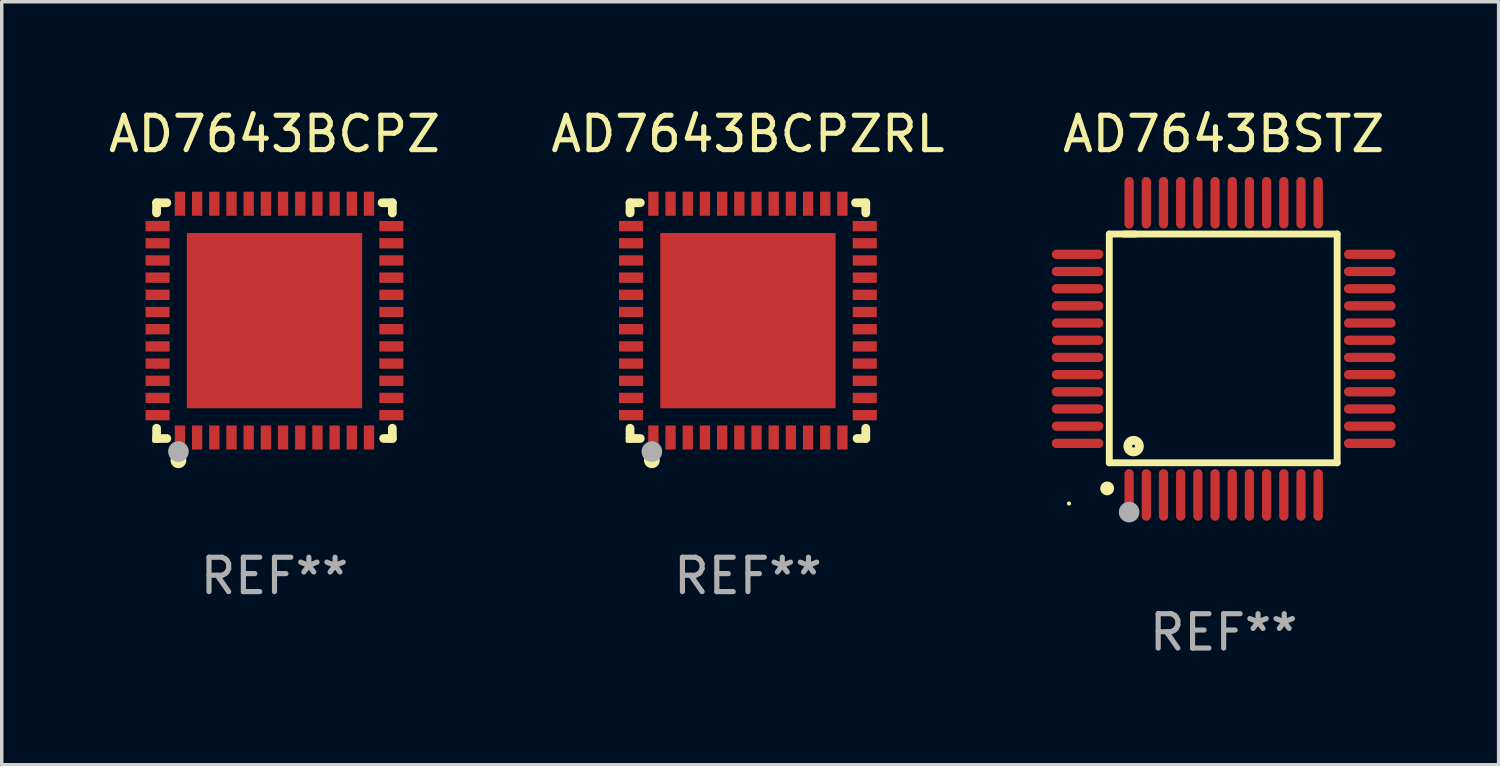
<source format=kicad_pcb>
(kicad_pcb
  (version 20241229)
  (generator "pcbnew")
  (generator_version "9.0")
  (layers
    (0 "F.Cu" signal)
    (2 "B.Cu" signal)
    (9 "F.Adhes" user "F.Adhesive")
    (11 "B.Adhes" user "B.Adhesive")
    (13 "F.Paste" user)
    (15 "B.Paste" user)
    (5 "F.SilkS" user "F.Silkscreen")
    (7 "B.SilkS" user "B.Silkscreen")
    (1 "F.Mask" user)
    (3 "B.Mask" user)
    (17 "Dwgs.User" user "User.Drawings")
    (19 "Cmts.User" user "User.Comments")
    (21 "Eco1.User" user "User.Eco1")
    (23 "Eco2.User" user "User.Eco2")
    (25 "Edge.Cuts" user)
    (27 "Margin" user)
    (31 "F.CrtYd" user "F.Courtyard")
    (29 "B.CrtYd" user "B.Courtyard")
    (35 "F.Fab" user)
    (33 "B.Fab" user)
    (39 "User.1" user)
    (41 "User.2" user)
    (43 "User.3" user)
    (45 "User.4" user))
  (footprint "AD7643BSTZ"
    (layer "F.Cu")
    (at 32.548 7.098)
    (property "Reference" "AD7643BSTZ" (at 0 -6.25 0) (layer "F.SilkS") (effects (font (size 1 1) (thickness 0.15))))
    (attr through_hole)
    (fp_line (start -3.327 -3.34) (end -2.565 -3.34) (stroke (width 0.2) (type solid)) (layer "F.SilkS"))
    (fp_line (start -3.327 3.315) (end -3.327 -3.34) (stroke (width 0.2) (type solid)) (layer "F.SilkS"))
    (fp_line (start -2.896 -3.34) (end 3.302 -3.34) (stroke (width 0.2) (type solid)) (layer "F.SilkS"))
    (fp_line (start 3.302 -3.34) (end 3.302 3.315) (stroke (width 0.2) (type solid)) (layer "F.SilkS"))
    (fp_line (start 3.302 3.315) (end -3.327 3.315) (stroke (width 0.2) (type solid)) (layer "F.SilkS"))
    (fp_arc (start -3.389992 4.059995) (mid -3.388722 4.059991) (end -3.387452 4.059995) (stroke (width 0.4) (type solid)) (layer "F.SilkS"))
    (fp_circle (center -4.5 4.5) (end -4.47 4.5) (stroke (width 0.06) (type solid)) (fill no) (layer "F.SilkS"))
    (fp_circle (center -2.62 2.83) (end -2.45 2.83) (stroke (width 0.254) (type solid)) (fill no) (layer "F.SilkS"))
    (fp_circle (center -2.75 4.75) (end -2.6 4.75) (stroke (width 0.3) (type solid)) (fill no) (layer "F.Fab"))
    (fp_text user "REF**" (at 0 8.25 0) (layer "F.Fab") (effects (font (size 1 1) (thickness 0.15))))
    (pad "1" smd oval (at -2.75 4.25) (size 0.27 1.5) (layers "F.Cu" "F.Mask" "F.Paste"))
    (pad "2" smd oval (at -2.25 4.25) (size 0.27 1.5) (layers "F.Cu" "F.Mask" "F.Paste"))
    (pad "3" smd oval (at -1.75 4.25) (size 0.27 1.5) (layers "F.Cu" "F.Mask" "F.Paste"))
    (pad "4" smd oval (at -1.25 4.25) (size 0.27 1.5) (layers "F.Cu" "F.Mask" "F.Paste"))
    (pad "5" smd oval (at -0.75 4.25) (size 0.27 1.5) (layers "F.Cu" "F.Mask" "F.Paste"))
    (pad "6" smd oval (at -0.25 4.25) (size 0.27 1.5) (layers "F.Cu" "F.Mask" "F.Paste"))
    (pad "7" smd oval (at 0.25 4.25) (size 0.27 1.5) (layers "F.Cu" "F.Mask" "F.Paste"))
    (pad "8" smd oval (at 0.75 4.25) (size 0.27 1.5) (layers "F.Cu" "F.Mask" "F.Paste"))
    (pad "9" smd oval (at 1.25 4.25) (size 0.27 1.5) (layers "F.Cu" "F.Mask" "F.Paste"))
    (pad "10" smd oval (at 1.75 4.25) (size 0.27 1.5) (layers "F.Cu" "F.Mask" "F.Paste"))
    (pad "11" smd oval (at 2.25 4.25) (size 0.27 1.5) (layers "F.Cu" "F.Mask" "F.Paste"))
    (pad "12" smd oval (at 2.75 4.25) (size 0.27 1.5) (layers "F.Cu" "F.Mask" "F.Paste"))
    (pad "13" smd oval (at 4.25 2.75) (size 1.5 0.27) (layers "F.Cu" "F.Mask" "F.Paste"))
    (pad "14" smd oval (at 4.25 2.25) (size 1.5 0.27) (layers "F.Cu" "F.Mask" "F.Paste"))
    (pad "15" smd oval (at 4.25 1.75) (size 1.5 0.27) (layers "F.Cu" "F.Mask" "F.Paste"))
    (pad "16" smd oval (at 4.25 1.25) (size 1.5 0.27) (layers "F.Cu" "F.Mask" "F.Paste"))
    (pad "17" smd oval (at 4.25 0.75) (size 1.5 0.27) (layers "F.Cu" "F.Mask" "F.Paste"))
    (pad "18" smd oval (at 4.25 0.25) (size 1.5 0.27) (layers "F.Cu" "F.Mask" "F.Paste"))
    (pad "19" smd oval (at 4.25 -0.25) (size 1.5 0.27) (layers "F.Cu" "F.Mask" "F.Paste"))
    (pad "20" smd oval (at 4.25 -0.75) (size 1.5 0.27) (layers "F.Cu" "F.Mask" "F.Paste"))
    (pad "21" smd oval (at 4.25 -1.25) (size 1.5 0.27) (layers "F.Cu" "F.Mask" "F.Paste"))
    (pad "22" smd oval (at 4.25 -1.75) (size 1.5 0.27) (layers "F.Cu" "F.Mask" "F.Paste"))
    (pad "23" smd oval (at 4.25 -2.25) (size 1.5 0.27) (layers "F.Cu" "F.Mask" "F.Paste"))
    (pad "24" smd oval (at 4.25 -2.75) (size 1.5 0.27) (layers "F.Cu" "F.Mask" "F.Paste"))
    (pad "25" smd oval (at 2.75 -4.25) (size 0.27 1.5) (layers "F.Cu" "F.Mask" "F.Paste"))
    (pad "26" smd oval (at 2.25 -4.25) (size 0.27 1.5) (layers "F.Cu" "F.Mask" "F.Paste"))
    (pad "27" smd oval (at 1.75 -4.25) (size 0.27 1.5) (layers "F.Cu" "F.Mask" "F.Paste"))
    (pad "28" smd oval (at 1.25 -4.25) (size 0.27 1.5) (layers "F.Cu" "F.Mask" "F.Paste"))
    (pad "29" smd oval (at 0.75 -4.25) (size 0.27 1.5) (layers "F.Cu" "F.Mask" "F.Paste"))
    (pad "30" smd oval (at 0.25 -4.25) (size 0.27 1.5) (layers "F.Cu" "F.Mask" "F.Paste"))
    (pad "31" smd oval (at -0.25 -4.25) (size 0.27 1.5) (layers "F.Cu" "F.Mask" "F.Paste"))
    (pad "32" smd oval (at -0.75 -4.25) (size 0.27 1.5) (layers "F.Cu" "F.Mask" "F.Paste"))
    (pad "33" smd oval (at -1.25 -4.25) (size 0.27 1.5) (layers "F.Cu" "F.Mask" "F.Paste"))
    (pad "34" smd oval (at -1.75 -4.25) (size 0.27 1.5) (layers "F.Cu" "F.Mask" "F.Paste"))
    (pad "35" smd oval (at -2.25 -4.25) (size 0.27 1.5) (layers "F.Cu" "F.Mask" "F.Paste"))
    (pad "36" smd oval (at -2.75 -4.25) (size 0.27 1.5) (layers "F.Cu" "F.Mask" "F.Paste"))
    (pad "37" smd oval (at -4.25 -2.75) (size 1.5 0.27) (layers "F.Cu" "F.Mask" "F.Paste"))
    (pad "38" smd oval (at -4.25 -2.25) (size 1.5 0.27) (layers "F.Cu" "F.Mask" "F.Paste"))
    (pad "39" smd oval (at -4.25 -1.75) (size 1.5 0.27) (layers "F.Cu" "F.Mask" "F.Paste"))
    (pad "40" smd oval (at -4.25 -1.25) (size 1.5 0.27) (layers "F.Cu" "F.Mask" "F.Paste"))
    (pad "41" smd oval (at -4.25 -0.75) (size 1.5 0.27) (layers "F.Cu" "F.Mask" "F.Paste"))
    (pad "42" smd oval (at -4.25 -0.25) (size 1.5 0.27) (layers "F.Cu" "F.Mask" "F.Paste"))
    (pad "43" smd oval (at -4.25 0.25) (size 1.5 0.27) (layers "F.Cu" "F.Mask" "F.Paste"))
    (pad "44" smd oval (at -4.25 0.75) (size 1.5 0.27) (layers "F.Cu" "F.Mask" "F.Paste"))
    (pad "45" smd oval (at -4.25 1.25) (size 1.5 0.27) (layers "F.Cu" "F.Mask" "F.Paste"))
    (pad "46" smd oval (at -4.25 1.75) (size 1.5 0.27) (layers "F.Cu" "F.Mask" "F.Paste"))
    (pad "47" smd oval (at -4.25 2.25) (size 1.5 0.27) (layers "F.Cu" "F.Mask" "F.Paste"))
    (pad "48" smd oval (at -4.25 2.75) (size 1.5 0.27) (layers "F.Cu" "F.Mask" "F.Paste")))
  (footprint "AD7643BCPZRL"
    (layer "F.Cu")
    (at 18.708 6.277)
    (property "Reference" "AD7643BCPZRL" (at 0 -5.429 0) (layer "F.SilkS") (effects (font (size 1 1) (thickness 0.15))))
    (attr through_hole)
    (fp_line (start -3.429 -3.429) (end -3.429 -3.175) (stroke (width 0.254) (type solid)) (layer "F.SilkS"))
    (fp_line (start -3.429 -3.175) (end -3.429 -3.131) (stroke (width 0.254) (type solid)) (layer "F.SilkS"))
    (fp_line (start -3.429 3.131) (end -3.429 3.429) (stroke (width 0.254) (type solid)) (layer "F.SilkS"))
    (fp_line (start -3.429 3.429) (end -3.131 3.429) (stroke (width 0.254) (type solid)) (layer "F.SilkS"))
    (fp_line (start -3.131 -3.429) (end -3.429 -3.429) (stroke (width 0.254) (type solid)) (layer "F.SilkS"))
    (fp_line (start 3.131 -3.429) (end 3.429 -3.429) (stroke (width 0.254) (type solid)) (layer "F.SilkS"))
    (fp_line (start 3.429 -3.429) (end 3.429 -3.131) (stroke (width 0.254) (type solid)) (layer "F.SilkS"))
    (fp_line (start 3.429 3.131) (end 3.429 3.429) (stroke (width 0.254) (type solid)) (layer "F.SilkS"))
    (fp_line (start 3.429 3.429) (end 3.175 3.429) (stroke (width 0.254) (type solid)) (layer "F.SilkS"))
    (fp_circle (center -3.5 3.5) (end -3.47 3.5) (stroke (width 0.06) (type solid)) (fill no) (layer "F.SilkS"))
    (fp_circle (center -2.794 4.064) (end -2.667 4.064) (stroke (width 0.204) (type solid)) (fill no) (layer "F.SilkS"))
    (fp_circle (center -2.794 3.81) (end -2.644 3.81) (stroke (width 0.3) (type solid)) (fill no) (layer "F.Fab"))
    (fp_text user "REF**" (at 0 7.429 0) (layer "F.Fab") (effects (font (size 1 1) (thickness 0.15))))
    (pad "1" smd rect (at -2.75 3.4) (size 0.3 0.7) (layers "F.Cu" "F.Mask" "F.Paste"))
    (pad "2" smd rect (at -2.25 3.4) (size 0.3 0.7) (layers "F.Cu" "F.Mask" "F.Paste"))
    (pad "3" smd rect (at -1.75 3.4) (size 0.3 0.7) (layers "F.Cu" "F.Mask" "F.Paste"))
    (pad "4" smd rect (at -1.25 3.4) (size 0.3 0.7) (layers "F.Cu" "F.Mask" "F.Paste"))
    (pad "5" smd rect (at -0.75 3.4) (size 0.3 0.7) (layers "F.Cu" "F.Mask" "F.Paste"))
    (pad "6" smd rect (at -0.25 3.4) (size 0.3 0.7) (layers "F.Cu" "F.Mask" "F.Paste"))
    (pad "7" smd rect (at 0.25 3.4) (size 0.3 0.7) (layers "F.Cu" "F.Mask" "F.Paste"))
    (pad "8" smd rect (at 0.75 3.4) (size 0.3 0.7) (layers "F.Cu" "F.Mask" "F.Paste"))
    (pad "9" smd rect (at 1.25 3.4) (size 0.3 0.7) (layers "F.Cu" "F.Mask" "F.Paste"))
    (pad "10" smd rect (at 1.75 3.4) (size 0.3 0.7) (layers "F.Cu" "F.Mask" "F.Paste"))
    (pad "11" smd rect (at 2.25 3.4) (size 0.3 0.7) (layers "F.Cu" "F.Mask" "F.Paste"))
    (pad "12" smd rect (at 2.75 3.4) (size 0.3 0.7) (layers "F.Cu" "F.Mask" "F.Paste"))
    (pad "13" smd rect (at 3.4 2.75) (size 0.7 0.3) (layers "F.Cu" "F.Mask" "F.Paste"))
    (pad "14" smd rect (at 3.4 2.25) (size 0.7 0.3) (layers "F.Cu" "F.Mask" "F.Paste"))
    (pad "15" smd rect (at 3.4 1.75) (size 0.7 0.3) (layers "F.Cu" "F.Mask" "F.Paste"))
    (pad "16" smd rect (at 3.4 1.25) (size 0.7 0.3) (layers "F.Cu" "F.Mask" "F.Paste"))
    (pad "17" smd rect (at 3.4 0.75) (size 0.7 0.3) (layers "F.Cu" "F.Mask" "F.Paste"))
    (pad "18" smd rect (at 3.4 0.25) (size 0.7 0.3) (layers "F.Cu" "F.Mask" "F.Paste"))
    (pad "19" smd rect (at 3.4 -0.25) (size 0.7 0.3) (layers "F.Cu" "F.Mask" "F.Paste"))
    (pad "20" smd rect (at 3.4 -0.75) (size 0.7 0.3) (layers "F.Cu" "F.Mask" "F.Paste"))
    (pad "21" smd rect (at 3.4 -1.25) (size 0.7 0.3) (layers "F.Cu" "F.Mask" "F.Paste"))
    (pad "22" smd rect (at 3.4 -1.75) (size 0.7 0.3) (layers "F.Cu" "F.Mask" "F.Paste"))
    (pad "23" smd rect (at 3.4 -2.25) (size 0.7 0.3) (layers "F.Cu" "F.Mask" "F.Paste"))
    (pad "24" smd rect (at 3.4 -2.75) (size 0.7 0.3) (layers "F.Cu" "F.Mask" "F.Paste"))
    (pad "25" smd rect (at 2.75 -3.4) (size 0.3 0.7) (layers "F.Cu" "F.Mask" "F.Paste"))
    (pad "26" smd rect (at 2.25 -3.4) (size 0.3 0.7) (layers "F.Cu" "F.Mask" "F.Paste"))
    (pad "27" smd rect (at 1.75 -3.4) (size 0.3 0.7) (layers "F.Cu" "F.Mask" "F.Paste"))
    (pad "28" smd rect (at 1.25 -3.4) (size 0.3 0.7) (layers "F.Cu" "F.Mask" "F.Paste"))
    (pad "29" smd rect (at 0.75 -3.4) (size 0.3 0.7) (layers "F.Cu" "F.Mask" "F.Paste"))
    (pad "30" smd rect (at 0.25 -3.4) (size 0.3 0.7) (layers "F.Cu" "F.Mask" "F.Paste"))
    (pad "31" smd rect (at -0.25 -3.4) (size 0.3 0.7) (layers "F.Cu" "F.Mask" "F.Paste"))
    (pad "32" smd rect (at -0.75 -3.4) (size 0.3 0.7) (layers "F.Cu" "F.Mask" "F.Paste"))
    (pad "33" smd rect (at -1.25 -3.4) (size 0.3 0.7) (layers "F.Cu" "F.Mask" "F.Paste"))
    (pad "34" smd rect (at -1.75 -3.4) (size 0.3 0.7) (layers "F.Cu" "F.Mask" "F.Paste"))
    (pad "35" smd rect (at -2.25 -3.4) (size 0.3 0.7) (layers "F.Cu" "F.Mask" "F.Paste"))
    (pad "36" smd rect (at -2.75 -3.4) (size 0.3 0.7) (layers "F.Cu" "F.Mask" "F.Paste"))
    (pad "37" smd rect (at -3.4 -2.75) (size 0.7 0.3) (layers "F.Cu" "F.Mask" "F.Paste"))
    (pad "38" smd rect (at -3.4 -2.25) (size 0.7 0.3) (layers "F.Cu" "F.Mask" "F.Paste"))
    (pad "39" smd rect (at -3.4 -1.75) (size 0.7 0.3) (layers "F.Cu" "F.Mask" "F.Paste"))
    (pad "40" smd rect (at -3.4 -1.25) (size 0.7 0.3) (layers "F.Cu" "F.Mask" "F.Paste"))
    (pad "41" smd rect (at -3.4 -0.75) (size 0.7 0.3) (layers "F.Cu" "F.Mask" "F.Paste"))
    (pad "42" smd rect (at -3.4 -0.25) (size 0.7 0.3) (layers "F.Cu" "F.Mask" "F.Paste"))
    (pad "43" smd rect (at -3.4 0.25) (size 0.7 0.3) (layers "F.Cu" "F.Mask" "F.Paste"))
    (pad "44" smd rect (at -3.4 0.75) (size 0.7 0.3) (layers "F.Cu" "F.Mask" "F.Paste"))
    (pad "45" smd rect (at -3.4 1.25) (size 0.7 0.3) (layers "F.Cu" "F.Mask" "F.Paste"))
    (pad "46" smd rect (at -3.4 1.75) (size 0.7 0.3) (layers "F.Cu" "F.Mask" "F.Paste"))
    (pad "47" smd rect (at -3.4 2.25) (size 0.7 0.3) (layers "F.Cu" "F.Mask" "F.Paste"))
    (pad "48" smd rect (at -3.4 2.75) (size 0.7 0.3) (layers "F.Cu" "F.Mask" "F.Paste"))
    (pad "49" smd rect (at 0 0) (size 5.1 5.1) (layers "F.Cu" "F.Mask" "F.Paste")))
  (footprint "AD7643BCPZ"
    (layer "F.Cu")
    (at 4.935 6.277)
    (property "Reference" "AD7643BCPZ" (at 0 -5.429 0) (layer "F.SilkS") (effects (font (size 1 1) (thickness 0.15))))
    (attr through_hole)
    (fp_line (start -3.429 -3.429) (end -3.429 -3.175) (stroke (width 0.254) (type solid)) (layer "F.SilkS"))
    (fp_line (start -3.429 -3.175) (end -3.429 -3.131) (stroke (width 0.254) (type solid)) (layer "F.SilkS"))
    (fp_line (start -3.429 3.131) (end -3.429 3.429) (stroke (width 0.254) (type solid)) (layer "F.SilkS"))
    (fp_line (start -3.429 3.429) (end -3.131 3.429) (stroke (width 0.254) (type solid)) (layer "F.SilkS"))
    (fp_line (start -3.131 -3.429) (end -3.429 -3.429) (stroke (width 0.254) (type solid)) (layer "F.SilkS"))
    (fp_line (start 3.131 -3.429) (end 3.429 -3.429) (stroke (width 0.254) (type solid)) (layer "F.SilkS"))
    (fp_line (start 3.429 -3.429) (end 3.429 -3.131) (stroke (width 0.254) (type solid)) (layer "F.SilkS"))
    (fp_line (start 3.429 3.131) (end 3.429 3.429) (stroke (width 0.254) (type solid)) (layer "F.SilkS"))
    (fp_line (start 3.429 3.429) (end 3.175 3.429) (stroke (width 0.254) (type solid)) (layer "F.SilkS"))
    (fp_circle (center -3.5 3.5) (end -3.47 3.5) (stroke (width 0.06) (type solid)) (fill no) (layer "F.SilkS"))
    (fp_circle (center -2.794 4.064) (end -2.667 4.064) (stroke (width 0.204) (type solid)) (fill no) (layer "F.SilkS"))
    (fp_circle (center -2.794 3.81) (end -2.644 3.81) (stroke (width 0.3) (type solid)) (fill no) (layer "F.Fab"))
    (fp_text user "REF**" (at 0 7.429 0) (layer "F.Fab") (effects (font (size 1 1) (thickness 0.15))))
    (pad "1" smd rect (at -2.75 3.4) (size 0.3 0.7) (layers "F.Cu" "F.Mask" "F.Paste"))
    (pad "2" smd rect (at -2.25 3.4) (size 0.3 0.7) (layers "F.Cu" "F.Mask" "F.Paste"))
    (pad "3" smd rect (at -1.75 3.4) (size 0.3 0.7) (layers "F.Cu" "F.Mask" "F.Paste"))
    (pad "4" smd rect (at -1.25 3.4) (size 0.3 0.7) (layers "F.Cu" "F.Mask" "F.Paste"))
    (pad "5" smd rect (at -0.75 3.4) (size 0.3 0.7) (layers "F.Cu" "F.Mask" "F.Paste"))
    (pad "6" smd rect (at -0.25 3.4) (size 0.3 0.7) (layers "F.Cu" "F.Mask" "F.Paste"))
    (pad "7" smd rect (at 0.25 3.4) (size 0.3 0.7) (layers "F.Cu" "F.Mask" "F.Paste"))
    (pad "8" smd rect (at 0.75 3.4) (size 0.3 0.7) (layers "F.Cu" "F.Mask" "F.Paste"))
    (pad "9" smd rect (at 1.25 3.4) (size 0.3 0.7) (layers "F.Cu" "F.Mask" "F.Paste"))
    (pad "10" smd rect (at 1.75 3.4) (size 0.3 0.7) (layers "F.Cu" "F.Mask" "F.Paste"))
    (pad "11" smd rect (at 2.25 3.4) (size 0.3 0.7) (layers "F.Cu" "F.Mask" "F.Paste"))
    (pad "12" smd rect (at 2.75 3.4) (size 0.3 0.7) (layers "F.Cu" "F.Mask" "F.Paste"))
    (pad "13" smd rect (at 3.4 2.75) (size 0.7 0.3) (layers "F.Cu" "F.Mask" "F.Paste"))
    (pad "14" smd rect (at 3.4 2.25) (size 0.7 0.3) (layers "F.Cu" "F.Mask" "F.Paste"))
    (pad "15" smd rect (at 3.4 1.75) (size 0.7 0.3) (layers "F.Cu" "F.Mask" "F.Paste"))
    (pad "16" smd rect (at 3.4 1.25) (size 0.7 0.3) (layers "F.Cu" "F.Mask" "F.Paste"))
    (pad "17" smd rect (at 3.4 0.75) (size 0.7 0.3) (layers "F.Cu" "F.Mask" "F.Paste"))
    (pad "18" smd rect (at 3.4 0.25) (size 0.7 0.3) (layers "F.Cu" "F.Mask" "F.Paste"))
    (pad "19" smd rect (at 3.4 -0.25) (size 0.7 0.3) (layers "F.Cu" "F.Mask" "F.Paste"))
    (pad "20" smd rect (at 3.4 -0.75) (size 0.7 0.3) (layers "F.Cu" "F.Mask" "F.Paste"))
    (pad "21" smd rect (at 3.4 -1.25) (size 0.7 0.3) (layers "F.Cu" "F.Mask" "F.Paste"))
    (pad "22" smd rect (at 3.4 -1.75) (size 0.7 0.3) (layers "F.Cu" "F.Mask" "F.Paste"))
    (pad "23" smd rect (at 3.4 -2.25) (size 0.7 0.3) (layers "F.Cu" "F.Mask" "F.Paste"))
    (pad "24" smd rect (at 3.4 -2.75) (size 0.7 0.3) (layers "F.Cu" "F.Mask" "F.Paste"))
    (pad "25" smd rect (at 2.75 -3.4) (size 0.3 0.7) (layers "F.Cu" "F.Mask" "F.Paste"))
    (pad "26" smd rect (at 2.25 -3.4) (size 0.3 0.7) (layers "F.Cu" "F.Mask" "F.Paste"))
    (pad "27" smd rect (at 1.75 -3.4) (size 0.3 0.7) (layers "F.Cu" "F.Mask" "F.Paste"))
    (pad "28" smd rect (at 1.25 -3.4) (size 0.3 0.7) (layers "F.Cu" "F.Mask" "F.Paste"))
    (pad "29" smd rect (at 0.75 -3.4) (size 0.3 0.7) (layers "F.Cu" "F.Mask" "F.Paste"))
    (pad "30" smd rect (at 0.25 -3.4) (size 0.3 0.7) (layers "F.Cu" "F.Mask" "F.Paste"))
    (pad "31" smd rect (at -0.25 -3.4) (size 0.3 0.7) (layers "F.Cu" "F.Mask" "F.Paste"))
    (pad "32" smd rect (at -0.75 -3.4) (size 0.3 0.7) (layers "F.Cu" "F.Mask" "F.Paste"))
    (pad "33" smd rect (at -1.25 -3.4) (size 0.3 0.7) (layers "F.Cu" "F.Mask" "F.Paste"))
    (pad "34" smd rect (at -1.75 -3.4) (size 0.3 0.7) (layers "F.Cu" "F.Mask" "F.Paste"))
    (pad "35" smd rect (at -2.25 -3.4) (size 0.3 0.7) (layers "F.Cu" "F.Mask" "F.Paste"))
    (pad "36" smd rect (at -2.75 -3.4) (size 0.3 0.7) (layers "F.Cu" "F.Mask" "F.Paste"))
    (pad "37" smd rect (at -3.4 -2.75) (size 0.7 0.3) (layers "F.Cu" "F.Mask" "F.Paste"))
    (pad "38" smd rect (at -3.4 -2.25) (size 0.7 0.3) (layers "F.Cu" "F.Mask" "F.Paste"))
    (pad "39" smd rect (at -3.4 -1.75) (size 0.7 0.3) (layers "F.Cu" "F.Mask" "F.Paste"))
    (pad "40" smd rect (at -3.4 -1.25) (size 0.7 0.3) (layers "F.Cu" "F.Mask" "F.Paste"))
    (pad "41" smd rect (at -3.4 -0.75) (size 0.7 0.3) (layers "F.Cu" "F.Mask" "F.Paste"))
    (pad "42" smd rect (at -3.4 -0.25) (size 0.7 0.3) (layers "F.Cu" "F.Mask" "F.Paste"))
    (pad "43" smd rect (at -3.4 0.25) (size 0.7 0.3) (layers "F.Cu" "F.Mask" "F.Paste"))
    (pad "44" smd rect (at -3.4 0.75) (size 0.7 0.3) (layers "F.Cu" "F.Mask" "F.Paste"))
    (pad "45" smd rect (at -3.4 1.25) (size 0.7 0.3) (layers "F.Cu" "F.Mask" "F.Paste"))
    (pad "46" smd rect (at -3.4 1.75) (size 0.7 0.3) (layers "F.Cu" "F.Mask" "F.Paste"))
    (pad "47" smd rect (at -3.4 2.25) (size 0.7 0.3) (layers "F.Cu" "F.Mask" "F.Paste"))
    (pad "48" smd rect (at -3.4 2.75) (size 0.7 0.3) (layers "F.Cu" "F.Mask" "F.Paste"))
    (pad "49" smd rect (at 0 0) (size 5.1 5.1) (layers "F.Cu" "F.Mask" "F.Paste")))
  (gr_rect
    (start -3 -3)
    (end 40.547 19.196)
    (stroke (width 0.1) (type default))
    (fill no)
    (layer "Edge.Cuts")))
</source>
